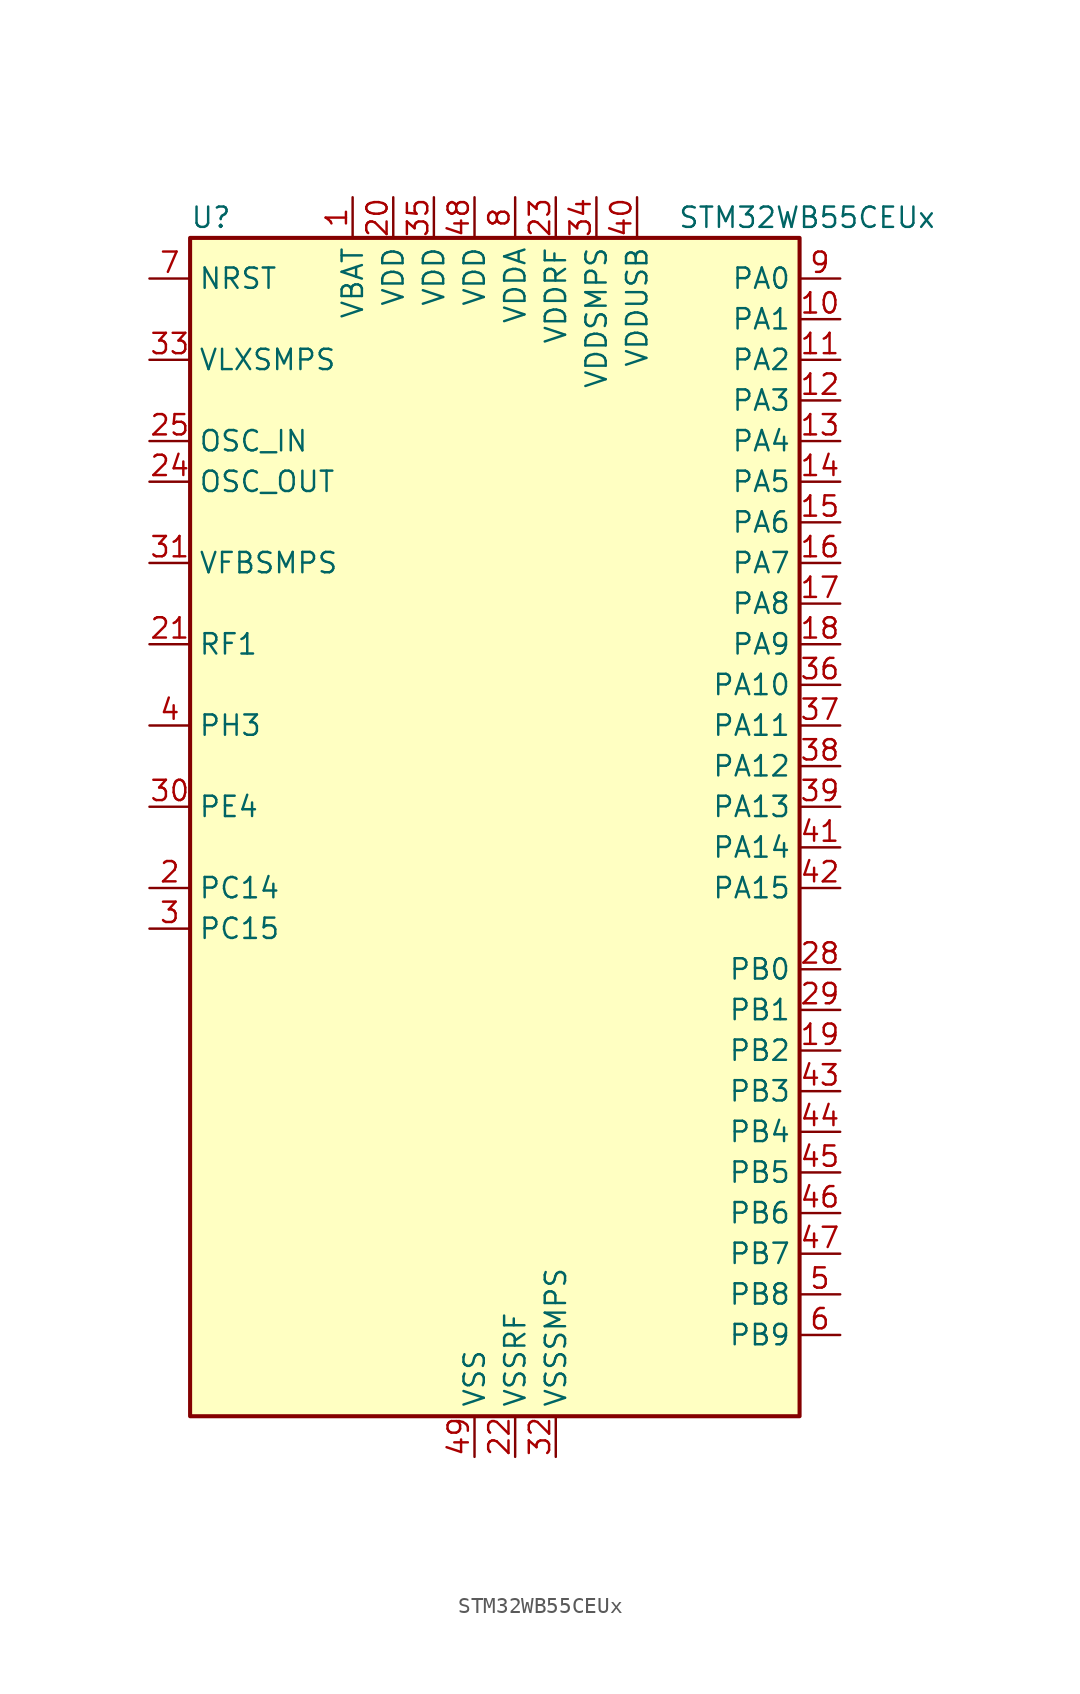
<source format=kicad_sym>
(kicad_symbol_lib
  (version 20231120)
  (generator "kicad_symbol_editor")
  (generator_version "8.0")
  (symbol "STM32WB55CEUx"
    (property "Reference" "U"
      (at -17.78 39.37 0)
      (effects (font (size 1.27 1.27)) (justify left)))
    (property "Value" "STM32WB55CEUx"
      (at 12.7 39.37 0)
      (effects (font (size 1.27 1.27)) (justify left)))
    (property "ki_locked" ""
      (at 0 0 0)
      (effects (font (size 1.27 1.27))))
    (symbol "STM32WB55CEUx_0_1"
      (rectangle (start -17.78 -35.56) (end 20.32 38.1) (stroke (width 0.254) (type default)) (fill (type background))))
    (symbol "STM32WB55CEUx_1_1"
      (pin power_in line (at -7.62 40.64 270) (length 2.54) (name "VBAT" (effects (font (size 1.27 1.27)))) (number "1" (effects (font (size 1.27 1.27)))))
      (pin bidirectional line (at 22.86 33.02 180) (length 2.54) (name "PA1" (effects (font (size 1.27 1.27)))) (number "10" (effects (font (size 1.27 1.27)))) (alternate "ADC1_IN6" bidirectional line) (alternate "COMP1_INP" bidirectional line) (alternate "I2C1_SMBA" bidirectional line) (alternate "LCD_SEG0" bidirectional line) (alternate "SPI1_SCK" bidirectional line) (alternate "TIM2_CH2" bidirectional line))
      (pin bidirectional line (at 22.86 30.48 180) (length 2.54) (name "PA2" (effects (font (size 1.27 1.27)))) (number "11" (effects (font (size 1.27 1.27)))) (alternate "ADC1_IN7" bidirectional line) (alternate "COMP2_INM" bidirectional line) (alternate "COMP2_OUT" bidirectional line) (alternate "LCD_SEG1" bidirectional line) (alternate "LPUART1_TX" bidirectional line) (alternate "QUADSPI_BK1_NCS" bidirectional line) (alternate "RCC_LSCO" bidirectional line) (alternate "SYS_WKUP4" bidirectional line) (alternate "TIM2_CH3" bidirectional line))
      (pin bidirectional line (at 22.86 27.94 180) (length 2.54) (name "PA3" (effects (font (size 1.27 1.27)))) (number "12" (effects (font (size 1.27 1.27)))) (alternate "ADC1_IN8" bidirectional line) (alternate "COMP2_INP" bidirectional line) (alternate "LCD_SEG2" bidirectional line) (alternate "LPUART1_RX" bidirectional line) (alternate "QUADSPI_CLK" bidirectional line) (alternate "SAI1_CK1" bidirectional line) (alternate "SAI1_MCLK_A" bidirectional line) (alternate "TIM2_CH4" bidirectional line))
      (pin bidirectional line (at 22.86 25.4 180) (length 2.54) (name "PA4" (effects (font (size 1.27 1.27)))) (number "13" (effects (font (size 1.27 1.27)))) (alternate "ADC1_IN9" bidirectional line) (alternate "COMP1_INM" bidirectional line) (alternate "COMP2_INM" bidirectional line) (alternate "LCD_SEG5" bidirectional line) (alternate "LPTIM2_OUT" bidirectional line) (alternate "SAI1_FS_B" bidirectional line) (alternate "SPI1_NSS" bidirectional line))
      (pin bidirectional line (at 22.86 22.86 180) (length 2.54) (name "PA5" (effects (font (size 1.27 1.27)))) (number "14" (effects (font (size 1.27 1.27)))) (alternate "ADC1_IN10" bidirectional line) (alternate "COMP1_INM" bidirectional line) (alternate "COMP2_INM" bidirectional line) (alternate "LPTIM2_ETR" bidirectional line) (alternate "SAI1_SD_B" bidirectional line) (alternate "SPI1_SCK" bidirectional line) (alternate "TIM2_CH1" bidirectional line) (alternate "TIM2_ETR" bidirectional line))
      (pin bidirectional line (at 22.86 20.32 180) (length 2.54) (name "PA6" (effects (font (size 1.27 1.27)))) (number "15" (effects (font (size 1.27 1.27)))) (alternate "ADC1_IN11" bidirectional line) (alternate "LCD_SEG3" bidirectional line) (alternate "LPUART1_CTS" bidirectional line) (alternate "QUADSPI_BK1_IO3" bidirectional line) (alternate "SPI1_MISO" bidirectional line) (alternate "TIM16_CH1" bidirectional line) (alternate "TIM1_BKIN" bidirectional line))
      (pin bidirectional line (at 22.86 17.78 180) (length 2.54) (name "PA7" (effects (font (size 1.27 1.27)))) (number "16" (effects (font (size 1.27 1.27)))) (alternate "ADC1_IN12" bidirectional line) (alternate "COMP2_OUT" bidirectional line) (alternate "I2C3_SCL" bidirectional line) (alternate "LCD_SEG4" bidirectional line) (alternate "QUADSPI_BK1_IO2" bidirectional line) (alternate "SPI1_MOSI" bidirectional line) (alternate "TIM17_CH1" bidirectional line) (alternate "TIM1_CH1N" bidirectional line))
      (pin bidirectional line (at 22.86 15.24 180) (length 2.54) (name "PA8" (effects (font (size 1.27 1.27)))) (number "17" (effects (font (size 1.27 1.27)))) (alternate "ADC1_IN15" bidirectional line) (alternate "LCD_COM0" bidirectional line) (alternate "LPTIM2_OUT" bidirectional line) (alternate "RCC_MCO" bidirectional line) (alternate "SAI1_CK2" bidirectional line) (alternate "SAI1_SCK_A" bidirectional line) (alternate "TIM1_CH1" bidirectional line) (alternate "USART1_CK" bidirectional line))
      (pin bidirectional line (at 22.86 12.7 180) (length 2.54) (name "PA9" (effects (font (size 1.27 1.27)))) (number "18" (effects (font (size 1.27 1.27)))) (alternate "ADC1_IN16" bidirectional line) (alternate "COMP1_INM" bidirectional line) (alternate "I2C1_SCL" bidirectional line) (alternate "LCD_COM1" bidirectional line) (alternate "SAI1_D2" bidirectional line) (alternate "SAI1_FS_A" bidirectional line) (alternate "TIM1_CH2" bidirectional line) (alternate "USART1_TX" bidirectional line))
      (pin bidirectional line (at 22.86 -12.7 180) (length 2.54) (name "PB2" (effects (font (size 1.27 1.27)))) (number "19" (effects (font (size 1.27 1.27)))) (alternate "COMP1_INP" bidirectional line) (alternate "I2C3_SMBA" bidirectional line) (alternate "LCD_VLCD" bidirectional line) (alternate "LPTIM1_OUT" bidirectional line) (alternate "RTC_OUT2" bidirectional line) (alternate "SAI1_EXTCLK" bidirectional line) (alternate "SPI1_NSS" bidirectional line))
      (pin bidirectional line (at -20.32 -2.54 0) (length 2.54) (name "PC14" (effects (font (size 1.27 1.27)))) (number "2" (effects (font (size 1.27 1.27)))) (alternate "RCC_OSC32_IN" bidirectional line))
      (pin power_in line (at -5.08 40.64 270) (length 2.54) (name "VDD" (effects (font (size 1.27 1.27)))) (number "20" (effects (font (size 1.27 1.27)))))
      (pin bidirectional line (at -20.32 12.7 0) (length 2.54) (name "RF1" (effects (font (size 1.27 1.27)))) (number "21" (effects (font (size 1.27 1.27)))) (alternate "RF_RF1" bidirectional line))
      (pin power_in line (at 2.54 -38.1 90) (length 2.54) (name "VSSRF" (effects (font (size 1.27 1.27)))) (number "22" (effects (font (size 1.27 1.27)))))
      (pin power_in line (at 5.08 40.64 270) (length 2.54) (name "VDDRF" (effects (font (size 1.27 1.27)))) (number "23" (effects (font (size 1.27 1.27)))))
      (pin input line (at -20.32 22.86 0) (length 2.54) (name "OSC_OUT" (effects (font (size 1.27 1.27)))) (number "24" (effects (font (size 1.27 1.27)))) (alternate "RCC_OSC_OUT" bidirectional line))
      (pin input line (at -20.32 25.4 0) (length 2.54) (name "OSC_IN" (effects (font (size 1.27 1.27)))) (number "25" (effects (font (size 1.27 1.27)))) (alternate "RCC_OSC_IN" bidirectional line))
      (pin no_connect line (at -17.78 -35.56 0) (length 2.54) hide (name "AT0" (effects (font (size 1.27 1.27)))) (number "26" (effects (font (size 1.27 1.27)))))
      (pin no_connect line (at -17.78 -33.02 0) (length 2.54) hide (name "AT1" (effects (font (size 1.27 1.27)))) (number "27" (effects (font (size 1.27 1.27)))))
      (pin bidirectional line (at 22.86 -7.62 180) (length 2.54) (name "PB0" (effects (font (size 1.27 1.27)))) (number "28" (effects (font (size 1.27 1.27)))) (alternate "COMP1_OUT" bidirectional line) (alternate "RF_TX_MOD_EXT_PA" bidirectional line))
      (pin bidirectional line (at 22.86 -10.16 180) (length 2.54) (name "PB1" (effects (font (size 1.27 1.27)))) (number "29" (effects (font (size 1.27 1.27)))) (alternate "LPTIM2_IN1" bidirectional line) (alternate "LPUART1_DE" bidirectional line) (alternate "LPUART1_RTS" bidirectional line))
      (pin bidirectional line (at -20.32 -5.08 0) (length 2.54) (name "PC15" (effects (font (size 1.27 1.27)))) (number "3" (effects (font (size 1.27 1.27)))) (alternate "ADC1_EXTI15" bidirectional line) (alternate "RCC_OSC32_OUT" bidirectional line))
      (pin bidirectional line (at -20.32 2.54 0) (length 2.54) (name "PE4" (effects (font (size 1.27 1.27)))) (number "30" (effects (font (size 1.27 1.27)))))
      (pin input line (at -20.32 17.78 0) (length 2.54) (name "VFBSMPS" (effects (font (size 1.27 1.27)))) (number "31" (effects (font (size 1.27 1.27)))))
      (pin power_in line (at 5.08 -38.1 90) (length 2.54) (name "VSSSMPS" (effects (font (size 1.27 1.27)))) (number "32" (effects (font (size 1.27 1.27)))))
      (pin power_in line (at -20.32 30.48 0) (length 2.54) (name "VLXSMPS" (effects (font (size 1.27 1.27)))) (number "33" (effects (font (size 1.27 1.27)))))
      (pin power_in line (at 7.62 40.64 270) (length 2.54) (name "VDDSMPS" (effects (font (size 1.27 1.27)))) (number "34" (effects (font (size 1.27 1.27)))))
      (pin power_in line (at -2.54 40.64 270) (length 2.54) (name "VDD" (effects (font (size 1.27 1.27)))) (number "35" (effects (font (size 1.27 1.27)))))
      (pin bidirectional line (at 22.86 10.16 180) (length 2.54) (name "PA10" (effects (font (size 1.27 1.27)))) (number "36" (effects (font (size 1.27 1.27)))) (alternate "CRS_SYNC" bidirectional line) (alternate "I2C1_SDA" bidirectional line) (alternate "LCD_COM2" bidirectional line) (alternate "SAI1_D1" bidirectional line) (alternate "SAI1_SD_A" bidirectional line) (alternate "TIM17_BKIN" bidirectional line) (alternate "TIM1_CH3" bidirectional line) (alternate "USART1_RX" bidirectional line))
      (pin bidirectional line (at 22.86 7.62 180) (length 2.54) (name "PA11" (effects (font (size 1.27 1.27)))) (number "37" (effects (font (size 1.27 1.27)))) (alternate "ADC1_EXTI11" bidirectional line) (alternate "SPI1_MISO" bidirectional line) (alternate "TIM1_BKIN2" bidirectional line) (alternate "TIM1_CH4" bidirectional line) (alternate "USART1_CTS" bidirectional line) (alternate "USART1_NSS" bidirectional line) (alternate "USB_DM" bidirectional line))
      (pin bidirectional line (at 22.86 5.08 180) (length 2.54) (name "PA12" (effects (font (size 1.27 1.27)))) (number "38" (effects (font (size 1.27 1.27)))) (alternate "LPUART1_RX" bidirectional line) (alternate "SPI1_MOSI" bidirectional line) (alternate "TIM1_ETR" bidirectional line) (alternate "USART1_DE" bidirectional line) (alternate "USART1_RTS" bidirectional line) (alternate "USB_DP" bidirectional line))
      (pin bidirectional line (at 22.86 2.54 180) (length 2.54) (name "PA13" (effects (font (size 1.27 1.27)))) (number "39" (effects (font (size 1.27 1.27)))) (alternate "IR_OUT" bidirectional line) (alternate "SAI1_SD_B" bidirectional line) (alternate "SYS_JTMS-SWDIO" bidirectional line) (alternate "USB_NOE" bidirectional line))
      (pin bidirectional line (at -20.32 7.62 0) (length 2.54) (name "PH3" (effects (font (size 1.27 1.27)))) (number "4" (effects (font (size 1.27 1.27)))) (alternate "RCC_LSCO" bidirectional line))
      (pin power_in line (at 10.16 40.64 270) (length 2.54) (name "VDDUSB" (effects (font (size 1.27 1.27)))) (number "40" (effects (font (size 1.27 1.27)))))
      (pin bidirectional line (at 22.86 0 180) (length 2.54) (name "PA14" (effects (font (size 1.27 1.27)))) (number "41" (effects (font (size 1.27 1.27)))) (alternate "I2C1_SMBA" bidirectional line) (alternate "LCD_SEG5" bidirectional line) (alternate "LPTIM1_OUT" bidirectional line) (alternate "SAI1_FS_B" bidirectional line) (alternate "SYS_JTCK-SWCLK" bidirectional line))
      (pin bidirectional line (at 22.86 -2.54 180) (length 2.54) (name "PA15" (effects (font (size 1.27 1.27)))) (number "42" (effects (font (size 1.27 1.27)))) (alternate "ADC1_EXTI15" bidirectional line) (alternate "LCD_SEG17" bidirectional line) (alternate "RCC_MCO" bidirectional line) (alternate "SPI1_NSS" bidirectional line) (alternate "SYS_JTDI" bidirectional line) (alternate "TIM2_CH1" bidirectional line) (alternate "TIM2_ETR" bidirectional line))
      (pin bidirectional line (at 22.86 -15.24 180) (length 2.54) (name "PB3" (effects (font (size 1.27 1.27)))) (number "43" (effects (font (size 1.27 1.27)))) (alternate "COMP2_INM" bidirectional line) (alternate "LCD_SEG7" bidirectional line) (alternate "SAI1_SCK_B" bidirectional line) (alternate "SPI1_SCK" bidirectional line) (alternate "SYS_JTDO-SWO" bidirectional line) (alternate "TIM2_CH2" bidirectional line) (alternate "USART1_DE" bidirectional line) (alternate "USART1_RTS" bidirectional line))
      (pin bidirectional line (at 22.86 -17.78 180) (length 2.54) (name "PB4" (effects (font (size 1.27 1.27)))) (number "44" (effects (font (size 1.27 1.27)))) (alternate "COMP2_INP" bidirectional line) (alternate "I2C3_SDA" bidirectional line) (alternate "LCD_SEG8" bidirectional line) (alternate "SAI1_MCLK_B" bidirectional line) (alternate "SPI1_MISO" bidirectional line) (alternate "SYS_JTRST" bidirectional line) (alternate "TIM17_BKIN" bidirectional line) (alternate "USART1_CTS" bidirectional line) (alternate "USART1_NSS" bidirectional line))
      (pin bidirectional line (at 22.86 -20.32 180) (length 2.54) (name "PB5" (effects (font (size 1.27 1.27)))) (number "45" (effects (font (size 1.27 1.27)))) (alternate "COMP2_OUT" bidirectional line) (alternate "I2C1_SMBA" bidirectional line) (alternate "LCD_SEG9" bidirectional line) (alternate "LPTIM1_IN1" bidirectional line) (alternate "LPUART1_TX" bidirectional line) (alternate "SAI1_SD_B" bidirectional line) (alternate "SPI1_MOSI" bidirectional line) (alternate "TIM16_BKIN" bidirectional line) (alternate "USART1_CK" bidirectional line))
      (pin bidirectional line (at 22.86 -22.86 180) (length 2.54) (name "PB6" (effects (font (size 1.27 1.27)))) (number "46" (effects (font (size 1.27 1.27)))) (alternate "COMP2_INP" bidirectional line) (alternate "I2C1_SCL" bidirectional line) (alternate "LCD_SEG6" bidirectional line) (alternate "LPTIM1_ETR" bidirectional line) (alternate "RCC_MCO" bidirectional line) (alternate "SAI1_FS_B" bidirectional line) (alternate "TIM16_CH1N" bidirectional line) (alternate "USART1_TX" bidirectional line))
      (pin bidirectional line (at 22.86 -25.4 180) (length 2.54) (name "PB7" (effects (font (size 1.27 1.27)))) (number "47" (effects (font (size 1.27 1.27)))) (alternate "COMP2_INM" bidirectional line) (alternate "I2C1_SDA" bidirectional line) (alternate "LCD_SEG21" bidirectional line) (alternate "LPTIM1_IN2" bidirectional line) (alternate "SYS_PVD_IN" bidirectional line) (alternate "TIM17_CH1N" bidirectional line) (alternate "TIM1_BKIN" bidirectional line) (alternate "USART1_RX" bidirectional line))
      (pin power_in line (at 0 40.64 270) (length 2.54) (name "VDD" (effects (font (size 1.27 1.27)))) (number "48" (effects (font (size 1.27 1.27)))))
      (pin power_in line (at 0 -38.1 90) (length 2.54) (name "VSS" (effects (font (size 1.27 1.27)))) (number "49" (effects (font (size 1.27 1.27)))))
      (pin bidirectional line (at 22.86 -27.94 180) (length 2.54) (name "PB8" (effects (font (size 1.27 1.27)))) (number "5" (effects (font (size 1.27 1.27)))) (alternate "I2C1_SCL" bidirectional line) (alternate "LCD_SEG16" bidirectional line) (alternate "QUADSPI_BK1_IO1" bidirectional line) (alternate "SAI1_CK1" bidirectional line) (alternate "SAI1_MCLK_A" bidirectional line) (alternate "TIM16_CH1" bidirectional line) (alternate "TIM1_CH2N" bidirectional line))
      (pin bidirectional line (at 22.86 -30.48 180) (length 2.54) (name "PB9" (effects (font (size 1.27 1.27)))) (number "6" (effects (font (size 1.27 1.27)))) (alternate "I2C1_SDA" bidirectional line) (alternate "IR_OUT" bidirectional line) (alternate "LCD_COM3" bidirectional line) (alternate "QUADSPI_BK1_IO0" bidirectional line) (alternate "SAI1_D2" bidirectional line) (alternate "SAI1_FS_A" bidirectional line) (alternate "TIM17_CH1" bidirectional line) (alternate "TIM1_CH3N" bidirectional line))
      (pin input line (at -20.32 35.56 0) (length 2.54) (name "NRST" (effects (font (size 1.27 1.27)))) (number "7" (effects (font (size 1.27 1.27)))))
      (pin power_in line (at 2.54 40.64 270) (length 2.54) (name "VDDA" (effects (font (size 1.27 1.27)))) (number "8" (effects (font (size 1.27 1.27)))))
      (pin bidirectional line (at 22.86 35.56 180) (length 2.54) (name "PA0" (effects (font (size 1.27 1.27)))) (number "9" (effects (font (size 1.27 1.27)))) (alternate "ADC1_IN5" bidirectional line) (alternate "COMP1_INM" bidirectional line) (alternate "COMP1_OUT" bidirectional line) (alternate "RTC_TAMP2" bidirectional line) (alternate "SAI1_EXTCLK" bidirectional line) (alternate "SYS_WKUP1" bidirectional line) (alternate "TIM2_CH1" bidirectional line) (alternate "TIM2_ETR" bidirectional line)))))
</source>
